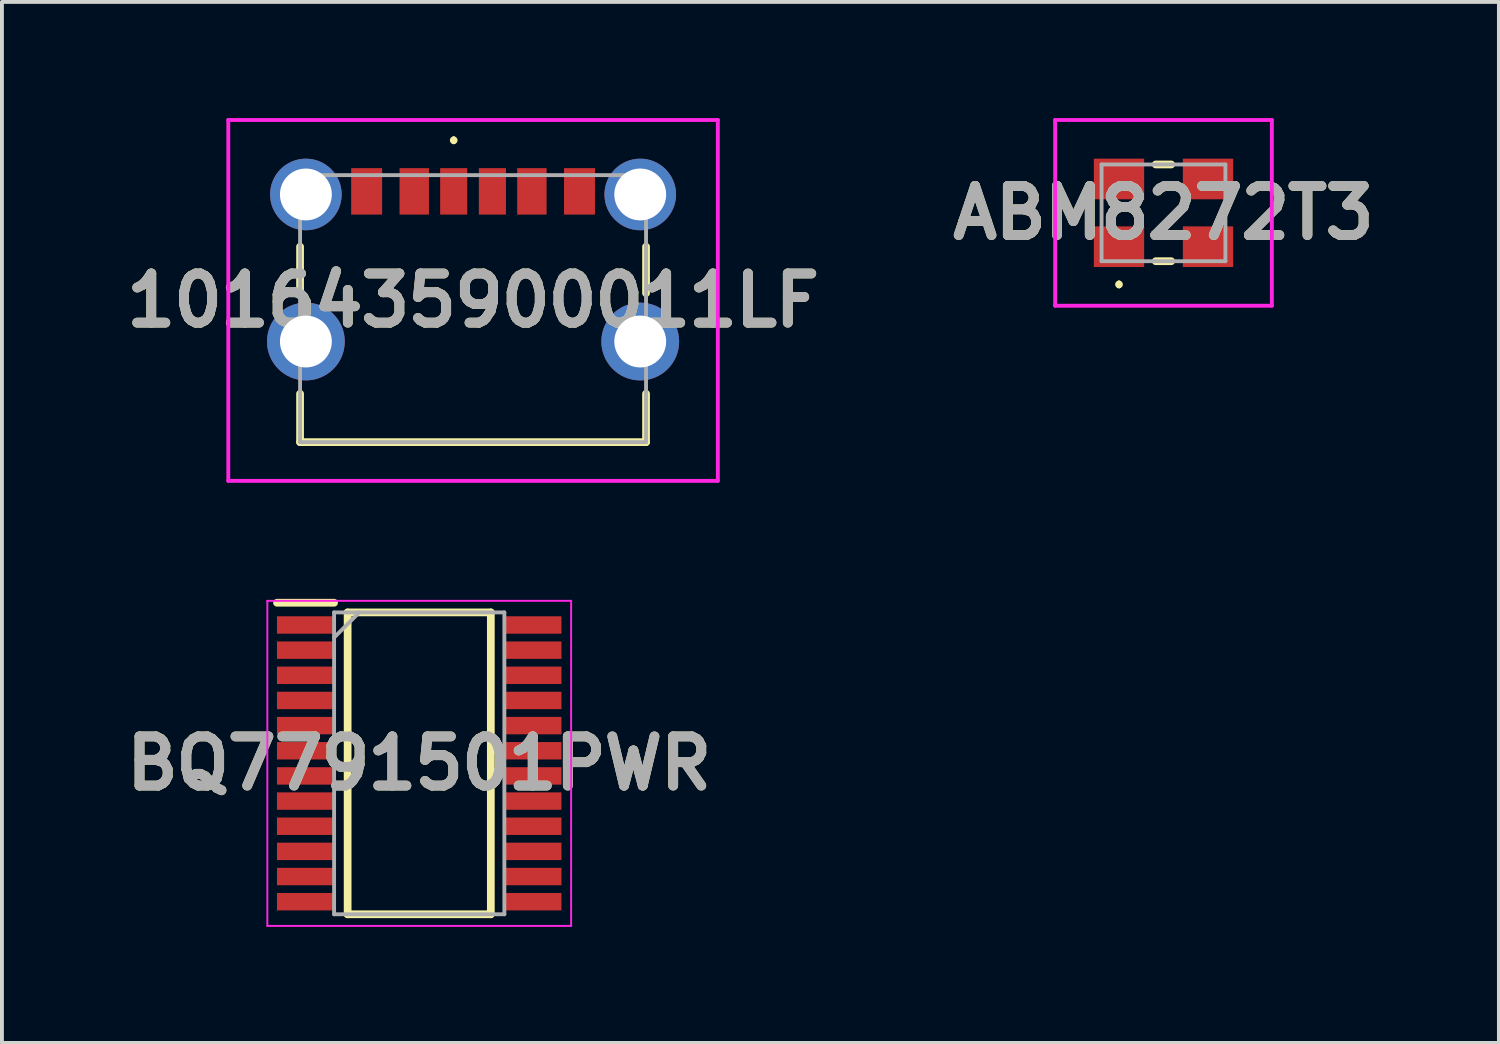
<source format=kicad_pcb>
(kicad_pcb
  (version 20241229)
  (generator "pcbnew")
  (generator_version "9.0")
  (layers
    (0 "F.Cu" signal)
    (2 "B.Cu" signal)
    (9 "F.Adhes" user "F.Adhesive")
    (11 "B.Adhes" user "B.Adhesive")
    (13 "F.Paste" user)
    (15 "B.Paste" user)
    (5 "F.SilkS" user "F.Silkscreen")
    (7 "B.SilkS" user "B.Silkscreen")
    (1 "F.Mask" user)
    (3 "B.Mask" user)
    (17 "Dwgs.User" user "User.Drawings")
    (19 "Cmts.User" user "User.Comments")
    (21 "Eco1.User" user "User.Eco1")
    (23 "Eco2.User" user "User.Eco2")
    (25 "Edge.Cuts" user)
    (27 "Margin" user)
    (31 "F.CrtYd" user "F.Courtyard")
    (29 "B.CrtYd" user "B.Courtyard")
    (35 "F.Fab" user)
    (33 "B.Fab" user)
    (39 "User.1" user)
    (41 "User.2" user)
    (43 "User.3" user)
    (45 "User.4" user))
  (footprint "ABM8272T3"
    (layer "F.Cu")
    (at 27.015 2.45)
    (property "Reference" "ABM8272T3" (at 0 0 0) (layer "F.SilkS") (effects (font (size 1.27 1.27) (thickness 0.254))))
    (attr smd)
    (fp_line (start -1.15 1.8) (end -1.15 1.8) (stroke (width 0.1) (type solid)) (layer "F.SilkS"))
    (fp_line (start -1.15 1.9) (end -1.15 1.9) (stroke (width 0.1) (type solid)) (layer "F.SilkS"))
    (fp_line (start -0.2 -1.25) (end 0.2 -1.25) (stroke (width 0.2) (type solid)) (layer "F.SilkS"))
    (fp_line (start -0.2 1.25) (end 0.2 1.25) (stroke (width 0.2) (type solid)) (layer "F.SilkS"))
    (fp_arc (start -1.15 1.8) (mid -1.1 1.85) (end -1.15 1.9) (stroke (width 0.1) (type solid)) (layer "F.SilkS"))
    (fp_arc (start -1.15 1.9) (mid -1.2 1.85) (end -1.15 1.8) (stroke (width 0.1) (type solid)) (layer "F.SilkS"))
    (fp_line (start -2.8 -2.4) (end 2.8 -2.4) (stroke (width 0.1) (type solid)) (layer "F.CrtYd"))
    (fp_line (start -2.8 2.4) (end -2.8 -2.4) (stroke (width 0.1) (type solid)) (layer "F.CrtYd"))
    (fp_line (start 2.8 -2.4) (end 2.8 2.4) (stroke (width 0.1) (type solid)) (layer "F.CrtYd"))
    (fp_line (start 2.8 2.4) (end -2.8 2.4) (stroke (width 0.1) (type solid)) (layer "F.CrtYd"))
    (fp_line (start -1.6 -1.25) (end 1.6 -1.25) (stroke (width 0.1) (type solid)) (layer "F.Fab"))
    (fp_line (start -1.6 1.25) (end -1.6 -1.25) (stroke (width 0.1) (type solid)) (layer "F.Fab"))
    (fp_line (start 1.6 -1.25) (end 1.6 1.25) (stroke (width 0.1) (type solid)) (layer "F.Fab"))
    (fp_line (start 1.6 1.25) (end -1.6 1.25) (stroke (width 0.1) (type solid)) (layer "F.Fab"))
    (fp_text user "${REFERENCE}" (at 0 0 0) (layer "F.Fab") (effects (font (size 1.27 1.27) (thickness 0.254))))
    (pad "1" smd rect (at -1.15 0.875 90) (size 1.05 1.3) (layers "F.Cu" "F.Mask" "F.Paste"))
    (pad "2" smd rect (at 1.15 0.875 90) (size 1.05 1.3) (layers "F.Cu" "F.Mask" "F.Paste"))
    (pad "3" smd rect (at 1.15 -0.875 90) (size 1.05 1.3) (layers "F.Cu" "F.Mask" "F.Paste"))
    (pad "4" smd rect (at -1.15 -0.875 90) (size 1.05 1.3) (layers "F.Cu" "F.Mask" "F.Paste")))
  (footprint "1016435900011LF"
    (layer "F.Cu")
    (at 9.174 4.925)
    (property "Reference" "1016435900011LF" (at 0 -0.212 0) (layer "F.SilkS") (effects (font (size 1.27 1.27) (thickness 0.254))))
    (attr through_hole)
    (fp_line (start -4.47 -1.6) (end -4.47 -0.4) (stroke (width 0.2) (type solid)) (layer "F.SilkS"))
    (fp_line (start -4.47 2.2) (end -4.47 3.45) (stroke (width 0.2) (type solid)) (layer "F.SilkS"))
    (fp_line (start -4.47 3.45) (end 4.47 3.45) (stroke (width 0.2) (type solid)) (layer "F.SilkS"))
    (fp_line (start -0.5 -4.4) (end -0.5 -4.4) (stroke (width 0.1) (type solid)) (layer "F.SilkS"))
    (fp_line (start -0.5 -4.3) (end -0.5 -4.3) (stroke (width 0.1) (type solid)) (layer "F.SilkS"))
    (fp_line (start 4.47 -1.6) (end 4.47 -0.4) (stroke (width 0.2) (type solid)) (layer "F.SilkS"))
    (fp_line (start 4.47 3.45) (end 4.47 2.2) (stroke (width 0.2) (type solid)) (layer "F.SilkS"))
    (fp_arc (start -0.5 -4.4) (mid -0.45 -4.35) (end -0.5 -4.3) (stroke (width 0.1) (type solid)) (layer "F.SilkS"))
    (fp_arc (start -0.5 -4.3) (mid -0.55 -4.35) (end -0.5 -4.4) (stroke (width 0.1) (type solid)) (layer "F.SilkS"))
    (fp_line (start -6.325 -4.875) (end 6.325 -4.875) (stroke (width 0.1) (type solid)) (layer "F.CrtYd"))
    (fp_line (start -6.325 4.45) (end -6.325 -4.875) (stroke (width 0.1) (type solid)) (layer "F.CrtYd"))
    (fp_line (start 6.325 -4.875) (end 6.325 4.45) (stroke (width 0.1) (type solid)) (layer "F.CrtYd"))
    (fp_line (start 6.325 4.45) (end -6.325 4.45) (stroke (width 0.1) (type solid)) (layer "F.CrtYd"))
    (fp_line (start -4.47 -3.45) (end -4.47 3.45) (stroke (width 0.1) (type solid)) (layer "F.Fab"))
    (fp_line (start -4.47 3.45) (end 4.47 3.45) (stroke (width 0.1) (type solid)) (layer "F.Fab"))
    (fp_line (start 4.47 -3.45) (end -4.47 -3.45) (stroke (width 0.1) (type solid)) (layer "F.Fab"))
    (fp_line (start 4.47 3.45) (end 4.47 -3.45) (stroke (width 0.1) (type solid)) (layer "F.Fab"))
    (fp_text user "${REFERENCE}" (at 0 -0.212 0) (layer "F.Fab") (effects (font (size 1.27 1.27) (thickness 0.254))))
    (pad "A5" smd rect (at -0.5 -3.03) (size 0.7 1.2) (layers "F.Cu" "F.Mask" "F.Paste"))
    (pad "A9" smd rect (at 1.52 -3.03) (size 0.76 1.2) (layers "F.Cu" "F.Mask" "F.Paste"))
    (pad "A12" smd rect (at 2.75 -3.03) (size 0.8 1.2) (layers "F.Cu" "F.Mask" "F.Paste"))
    (pad "B5" smd rect (at 0.5 -3.03) (size 0.7 1.2) (layers "F.Cu" "F.Mask" "F.Paste"))
    (pad "B9" smd rect (at -1.52 -3.03) (size 0.76 1.2) (layers "F.Cu" "F.Mask" "F.Paste"))
    (pad "B12" smd rect (at -2.75 -3.03) (size 0.8 1.2) (layers "F.Cu" "F.Mask" "F.Paste"))
    (pad "MH1" thru_hole circle (at -4.32 -2.95) (size 1.85 1.85) (drill 1.34) (layers "*.Cu" "*.Mask"))
    (pad "MH2" thru_hole circle (at 4.32 -2.95) (size 1.85 1.85) (drill 1.34) (layers "*.Cu" "*.Mask"))
    (pad "MH3" thru_hole circle (at -4.32 0.85) (size 2.01 2.01) (drill 1.34) (layers "*.Cu" "*.Mask"))
    (pad "MH4" thru_hole circle (at 4.32 0.85) (size 2.01 2.01) (drill 1.34) (layers "*.Cu" "*.Mask")))
  (footprint "BQ7791501PWR"
    (layer "F.Cu")
    (at 7.783 16.675)
    (property "Reference" "BQ7791501PWR" (at 0 0 0) (layer "F.SilkS") (effects (font (size 1.27 1.27) (thickness 0.254))))
    (attr smd)
    (fp_line (start -3.675 -4.15) (end -2.2 -4.15) (stroke (width 0.2) (type solid)) (layer "F.SilkS"))
    (fp_line (start -1.85 -3.9) (end 1.85 -3.9) (stroke (width 0.2) (type solid)) (layer "F.SilkS"))
    (fp_line (start -1.85 3.9) (end -1.85 -3.9) (stroke (width 0.2) (type solid)) (layer "F.SilkS"))
    (fp_line (start 1.85 -3.9) (end 1.85 3.9) (stroke (width 0.2) (type solid)) (layer "F.SilkS"))
    (fp_line (start 1.85 3.9) (end -1.85 3.9) (stroke (width 0.2) (type solid)) (layer "F.SilkS"))
    (fp_line (start -3.925 -4.2) (end 3.925 -4.2) (stroke (width 0.05) (type solid)) (layer "F.CrtYd"))
    (fp_line (start -3.925 4.2) (end -3.925 -4.2) (stroke (width 0.05) (type solid)) (layer "F.CrtYd"))
    (fp_line (start 3.925 -4.2) (end 3.925 4.2) (stroke (width 0.05) (type solid)) (layer "F.CrtYd"))
    (fp_line (start 3.925 4.2) (end -3.925 4.2) (stroke (width 0.05) (type solid)) (layer "F.CrtYd"))
    (fp_line (start -2.2 -3.9) (end 2.2 -3.9) (stroke (width 0.1) (type solid)) (layer "F.Fab"))
    (fp_line (start -2.2 -3.25) (end -1.55 -3.9) (stroke (width 0.1) (type solid)) (layer "F.Fab"))
    (fp_line (start -2.2 3.9) (end -2.2 -3.9) (stroke (width 0.1) (type solid)) (layer "F.Fab"))
    (fp_line (start 2.2 -3.9) (end 2.2 3.9) (stroke (width 0.1) (type solid)) (layer "F.Fab"))
    (fp_line (start 2.2 3.9) (end -2.2 3.9) (stroke (width 0.1) (type solid)) (layer "F.Fab"))
    (fp_text user "${REFERENCE}" (at 0 0 0) (layer "F.Fab") (effects (font (size 1.27 1.27) (thickness 0.254))))
    (pad "1" smd rect (at -2.938 -3.575 90) (size 0.45 1.475) (layers "F.Cu" "F.Mask" "F.Paste"))
    (pad "2" smd rect (at -2.938 -2.925 90) (size 0.45 1.475) (layers "F.Cu" "F.Mask" "F.Paste"))
    (pad "3" smd rect (at -2.938 -2.275 90) (size 0.45 1.475) (layers "F.Cu" "F.Mask" "F.Paste"))
    (pad "4" smd rect (at -2.938 -1.625 90) (size 0.45 1.475) (layers "F.Cu" "F.Mask" "F.Paste"))
    (pad "5" smd rect (at -2.938 -0.975 90) (size 0.45 1.475) (layers "F.Cu" "F.Mask" "F.Paste"))
    (pad "6" smd rect (at -2.938 -0.325 90) (size 0.45 1.475) (layers "F.Cu" "F.Mask" "F.Paste"))
    (pad "7" smd rect (at -2.938 0.325 90) (size 0.45 1.475) (layers "F.Cu" "F.Mask" "F.Paste"))
    (pad "8" smd rect (at -2.938 0.975 90) (size 0.45 1.475) (layers "F.Cu" "F.Mask" "F.Paste"))
    (pad "9" smd rect (at -2.938 1.625 90) (size 0.45 1.475) (layers "F.Cu" "F.Mask" "F.Paste"))
    (pad "10" smd rect (at -2.938 2.275 90) (size 0.45 1.475) (layers "F.Cu" "F.Mask" "F.Paste"))
    (pad "11" smd rect (at -2.938 2.925 90) (size 0.45 1.475) (layers "F.Cu" "F.Mask" "F.Paste"))
    (pad "12" smd rect (at -2.938 3.575 90) (size 0.45 1.475) (layers "F.Cu" "F.Mask" "F.Paste"))
    (pad "13" smd rect (at 2.938 3.575 90) (size 0.45 1.475) (layers "F.Cu" "F.Mask" "F.Paste"))
    (pad "14" smd rect (at 2.938 2.925 90) (size 0.45 1.475) (layers "F.Cu" "F.Mask" "F.Paste"))
    (pad "15" smd rect (at 2.938 2.275 90) (size 0.45 1.475) (layers "F.Cu" "F.Mask" "F.Paste"))
    (pad "16" smd rect (at 2.938 1.625 90) (size 0.45 1.475) (layers "F.Cu" "F.Mask" "F.Paste"))
    (pad "17" smd rect (at 2.938 0.975 90) (size 0.45 1.475) (layers "F.Cu" "F.Mask" "F.Paste"))
    (pad "18" smd rect (at 2.938 0.325 90) (size 0.45 1.475) (layers "F.Cu" "F.Mask" "F.Paste"))
    (pad "19" smd rect (at 2.938 -0.325 90) (size 0.45 1.475) (layers "F.Cu" "F.Mask" "F.Paste"))
    (pad "20" smd rect (at 2.938 -0.975 90) (size 0.45 1.475) (layers "F.Cu" "F.Mask" "F.Paste"))
    (pad "21" smd rect (at 2.938 -1.625 90) (size 0.45 1.475) (layers "F.Cu" "F.Mask" "F.Paste"))
    (pad "22" smd rect (at 2.938 -2.275 90) (size 0.45 1.475) (layers "F.Cu" "F.Mask" "F.Paste"))
    (pad "23" smd rect (at 2.938 -2.925 90) (size 0.45 1.475) (layers "F.Cu" "F.Mask" "F.Paste"))
    (pad "24" smd rect (at 2.938 -3.575 90) (size 0.45 1.475) (layers "F.Cu" "F.Mask" "F.Paste")))
  (gr_rect
    (start -3 -3)
    (end 35.682 23.9)
    (stroke (width 0.1) (type default))
    (fill no)
    (layer "Edge.Cuts")))
</source>
